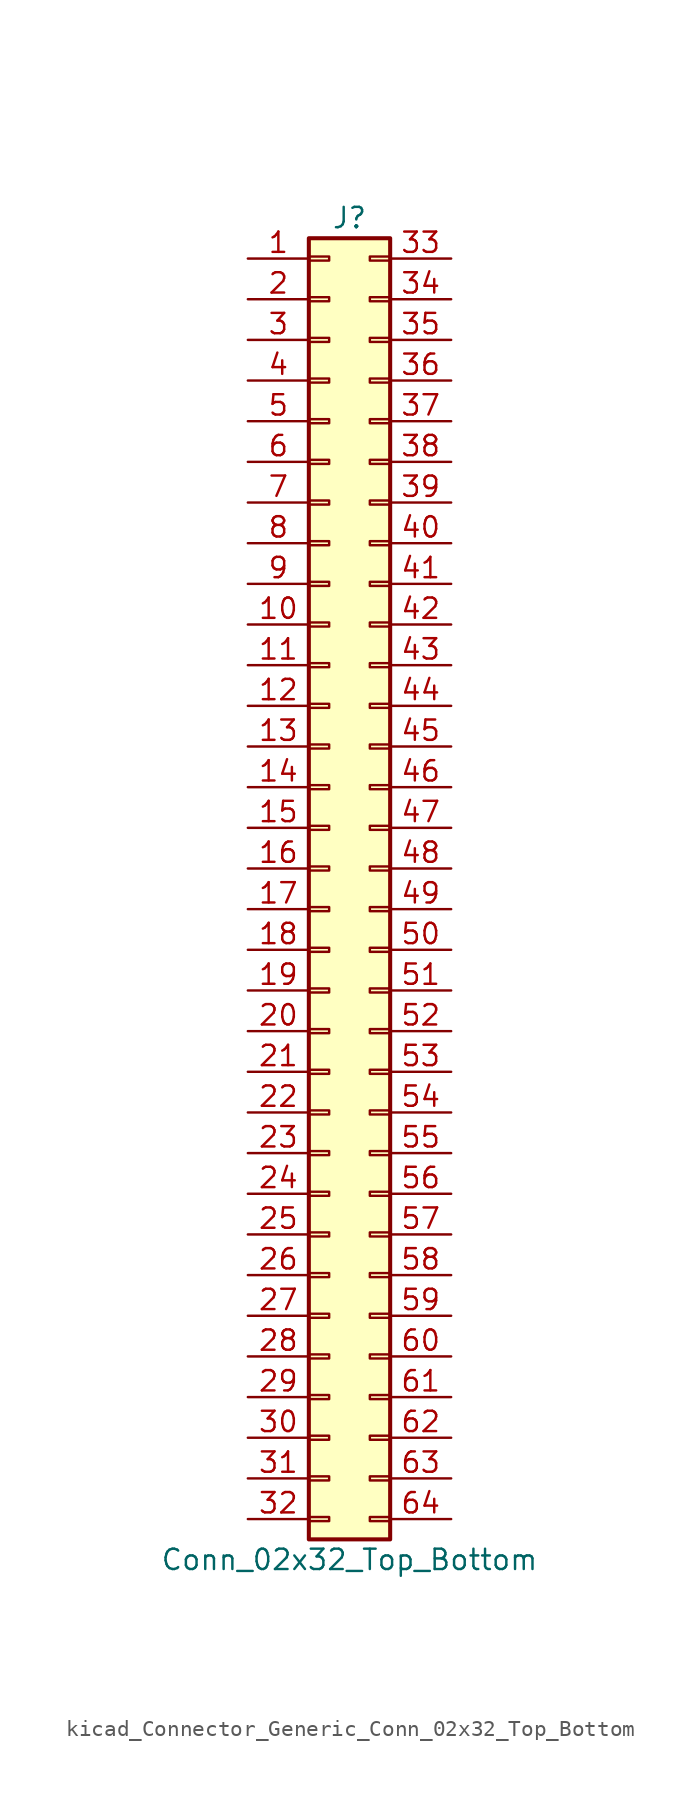
<source format=kicad_sym>
(kicad_symbol_lib
  (version 20220914)
  (generator kicad_symbol_editor)
  (symbol "kicad_Connector_Generic_Conn_02x32_Top_Bottom"
    (pin_names
      (offset 1.016) hide)
    (property "Reference" "J"
      (at 1.27 40.64 0)
      (effects (font (size 1.27 1.27))))
    (property "Value" "Conn_02x32_Top_Bottom"
      (at 1.27 -43.18 0)
      (effects (font (size 1.27 1.27))))
    (symbol "kicad_Connector_Generic_Conn_02x32_Top_Bottom_1_1"
      (rectangle (start -1.27 -40.513) (end 0 -40.767) (stroke (width 0.152) (type default)) (fill (type none)))
      (rectangle (start -1.27 -37.973) (end 0 -38.227) (stroke (width 0.152) (type default)) (fill (type none)))
      (rectangle (start -1.27 -35.433) (end 0 -35.687) (stroke (width 0.152) (type default)) (fill (type none)))
      (rectangle (start -1.27 -32.893) (end 0 -33.147) (stroke (width 0.152) (type default)) (fill (type none)))
      (rectangle (start -1.27 -30.353) (end 0 -30.607) (stroke (width 0.152) (type default)) (fill (type none)))
      (rectangle (start -1.27 -27.813) (end 0 -28.067) (stroke (width 0.152) (type default)) (fill (type none)))
      (rectangle (start -1.27 -25.273) (end 0 -25.527) (stroke (width 0.152) (type default)) (fill (type none)))
      (rectangle (start -1.27 -22.733) (end 0 -22.987) (stroke (width 0.152) (type default)) (fill (type none)))
      (rectangle (start -1.27 -20.193) (end 0 -20.447) (stroke (width 0.152) (type default)) (fill (type none)))
      (rectangle (start -1.27 -17.653) (end 0 -17.907) (stroke (width 0.152) (type default)) (fill (type none)))
      (rectangle (start -1.27 -15.113) (end 0 -15.367) (stroke (width 0.152) (type default)) (fill (type none)))
      (rectangle (start -1.27 -12.573) (end 0 -12.827) (stroke (width 0.152) (type default)) (fill (type none)))
      (rectangle (start -1.27 -10.033) (end 0 -10.287) (stroke (width 0.152) (type default)) (fill (type none)))
      (rectangle (start -1.27 -7.493) (end 0 -7.747) (stroke (width 0.152) (type default)) (fill (type none)))
      (rectangle (start -1.27 -4.953) (end 0 -5.207) (stroke (width 0.152) (type default)) (fill (type none)))
      (rectangle (start -1.27 -2.413) (end 0 -2.667) (stroke (width 0.152) (type default)) (fill (type none)))
      (rectangle (start -1.27 0.127) (end 0 -0.127) (stroke (width 0.152) (type default)) (fill (type none)))
      (rectangle (start -1.27 2.667) (end 0 2.413) (stroke (width 0.152) (type default)) (fill (type none)))
      (rectangle (start -1.27 5.207) (end 0 4.953) (stroke (width 0.152) (type default)) (fill (type none)))
      (rectangle (start -1.27 7.747) (end 0 7.493) (stroke (width 0.152) (type default)) (fill (type none)))
      (rectangle (start -1.27 10.287) (end 0 10.033) (stroke (width 0.152) (type default)) (fill (type none)))
      (rectangle (start -1.27 12.827) (end 0 12.573) (stroke (width 0.152) (type default)) (fill (type none)))
      (rectangle (start -1.27 15.367) (end 0 15.113) (stroke (width 0.152) (type default)) (fill (type none)))
      (rectangle (start -1.27 17.907) (end 0 17.653) (stroke (width 0.152) (type default)) (fill (type none)))
      (rectangle (start -1.27 20.447) (end 0 20.193) (stroke (width 0.152) (type default)) (fill (type none)))
      (rectangle (start -1.27 22.987) (end 0 22.733) (stroke (width 0.152) (type default)) (fill (type none)))
      (rectangle (start -1.27 25.527) (end 0 25.273) (stroke (width 0.152) (type default)) (fill (type none)))
      (rectangle (start -1.27 28.067) (end 0 27.813) (stroke (width 0.152) (type default)) (fill (type none)))
      (rectangle (start -1.27 30.607) (end 0 30.353) (stroke (width 0.152) (type default)) (fill (type none)))
      (rectangle (start -1.27 33.147) (end 0 32.893) (stroke (width 0.152) (type default)) (fill (type none)))
      (rectangle (start -1.27 35.687) (end 0 35.433) (stroke (width 0.152) (type default)) (fill (type none)))
      (rectangle (start -1.27 38.227) (end 0 37.973) (stroke (width 0.152) (type default)) (fill (type none)))
      (rectangle (start -1.27 39.37) (end 3.81 -41.91) (stroke (width 0.254) (type default)) (fill (type background)))
      (rectangle (start 3.81 -40.513) (end 2.54 -40.767) (stroke (width 0.152) (type default)) (fill (type none)))
      (rectangle (start 3.81 -37.973) (end 2.54 -38.227) (stroke (width 0.152) (type default)) (fill (type none)))
      (rectangle (start 3.81 -35.433) (end 2.54 -35.687) (stroke (width 0.152) (type default)) (fill (type none)))
      (rectangle (start 3.81 -32.893) (end 2.54 -33.147) (stroke (width 0.152) (type default)) (fill (type none)))
      (rectangle (start 3.81 -30.353) (end 2.54 -30.607) (stroke (width 0.152) (type default)) (fill (type none)))
      (rectangle (start 3.81 -27.813) (end 2.54 -28.067) (stroke (width 0.152) (type default)) (fill (type none)))
      (rectangle (start 3.81 -25.273) (end 2.54 -25.527) (stroke (width 0.152) (type default)) (fill (type none)))
      (rectangle (start 3.81 -22.733) (end 2.54 -22.987) (stroke (width 0.152) (type default)) (fill (type none)))
      (rectangle (start 3.81 -20.193) (end 2.54 -20.447) (stroke (width 0.152) (type default)) (fill (type none)))
      (rectangle (start 3.81 -17.653) (end 2.54 -17.907) (stroke (width 0.152) (type default)) (fill (type none)))
      (rectangle (start 3.81 -15.113) (end 2.54 -15.367) (stroke (width 0.152) (type default)) (fill (type none)))
      (rectangle (start 3.81 -12.573) (end 2.54 -12.827) (stroke (width 0.152) (type default)) (fill (type none)))
      (rectangle (start 3.81 -10.033) (end 2.54 -10.287) (stroke (width 0.152) (type default)) (fill (type none)))
      (rectangle (start 3.81 -7.493) (end 2.54 -7.747) (stroke (width 0.152) (type default)) (fill (type none)))
      (rectangle (start 3.81 -4.953) (end 2.54 -5.207) (stroke (width 0.152) (type default)) (fill (type none)))
      (rectangle (start 3.81 -2.413) (end 2.54 -2.667) (stroke (width 0.152) (type default)) (fill (type none)))
      (rectangle (start 3.81 0.127) (end 2.54 -0.127) (stroke (width 0.152) (type default)) (fill (type none)))
      (rectangle (start 3.81 2.667) (end 2.54 2.413) (stroke (width 0.152) (type default)) (fill (type none)))
      (rectangle (start 3.81 5.207) (end 2.54 4.953) (stroke (width 0.152) (type default)) (fill (type none)))
      (rectangle (start 3.81 7.747) (end 2.54 7.493) (stroke (width 0.152) (type default)) (fill (type none)))
      (rectangle (start 3.81 10.287) (end 2.54 10.033) (stroke (width 0.152) (type default)) (fill (type none)))
      (rectangle (start 3.81 12.827) (end 2.54 12.573) (stroke (width 0.152) (type default)) (fill (type none)))
      (rectangle (start 3.81 15.367) (end 2.54 15.113) (stroke (width 0.152) (type default)) (fill (type none)))
      (rectangle (start 3.81 17.907) (end 2.54 17.653) (stroke (width 0.152) (type default)) (fill (type none)))
      (rectangle (start 3.81 20.447) (end 2.54 20.193) (stroke (width 0.152) (type default)) (fill (type none)))
      (rectangle (start 3.81 22.987) (end 2.54 22.733) (stroke (width 0.152) (type default)) (fill (type none)))
      (rectangle (start 3.81 25.527) (end 2.54 25.273) (stroke (width 0.152) (type default)) (fill (type none)))
      (rectangle (start 3.81 28.067) (end 2.54 27.813) (stroke (width 0.152) (type default)) (fill (type none)))
      (rectangle (start 3.81 30.607) (end 2.54 30.353) (stroke (width 0.152) (type default)) (fill (type none)))
      (rectangle (start 3.81 33.147) (end 2.54 32.893) (stroke (width 0.152) (type default)) (fill (type none)))
      (rectangle (start 3.81 35.687) (end 2.54 35.433) (stroke (width 0.152) (type default)) (fill (type none)))
      (rectangle (start 3.81 38.227) (end 2.54 37.973) (stroke (width 0.152) (type default)) (fill (type none)))
      (pin passive line (at -5.08 38.1 0) (length 3.81) (name "Pin_1" (effects (font (size 1.27 1.27)))) (number "1" (effects (font (size 1.27 1.27)))))
      (pin passive line (at -5.08 15.24 0) (length 3.81) (name "Pin_10" (effects (font (size 1.27 1.27)))) (number "10" (effects (font (size 1.27 1.27)))))
      (pin passive line (at -5.08 12.7 0) (length 3.81) (name "Pin_11" (effects (font (size 1.27 1.27)))) (number "11" (effects (font (size 1.27 1.27)))))
      (pin passive line (at -5.08 10.16 0) (length 3.81) (name "Pin_12" (effects (font (size 1.27 1.27)))) (number "12" (effects (font (size 1.27 1.27)))))
      (pin passive line (at -5.08 7.62 0) (length 3.81) (name "Pin_13" (effects (font (size 1.27 1.27)))) (number "13" (effects (font (size 1.27 1.27)))))
      (pin passive line (at -5.08 5.08 0) (length 3.81) (name "Pin_14" (effects (font (size 1.27 1.27)))) (number "14" (effects (font (size 1.27 1.27)))))
      (pin passive line (at -5.08 2.54 0) (length 3.81) (name "Pin_15" (effects (font (size 1.27 1.27)))) (number "15" (effects (font (size 1.27 1.27)))))
      (pin passive line (at -5.08 0 0) (length 3.81) (name "Pin_16" (effects (font (size 1.27 1.27)))) (number "16" (effects (font (size 1.27 1.27)))))
      (pin passive line (at -5.08 -2.54 0) (length 3.81) (name "Pin_17" (effects (font (size 1.27 1.27)))) (number "17" (effects (font (size 1.27 1.27)))))
      (pin passive line (at -5.08 -5.08 0) (length 3.81) (name "Pin_18" (effects (font (size 1.27 1.27)))) (number "18" (effects (font (size 1.27 1.27)))))
      (pin passive line (at -5.08 -7.62 0) (length 3.81) (name "Pin_19" (effects (font (size 1.27 1.27)))) (number "19" (effects (font (size 1.27 1.27)))))
      (pin passive line (at -5.08 35.56 0) (length 3.81) (name "Pin_2" (effects (font (size 1.27 1.27)))) (number "2" (effects (font (size 1.27 1.27)))))
      (pin passive line (at -5.08 -10.16 0) (length 3.81) (name "Pin_20" (effects (font (size 1.27 1.27)))) (number "20" (effects (font (size 1.27 1.27)))))
      (pin passive line (at -5.08 -12.7 0) (length 3.81) (name "Pin_21" (effects (font (size 1.27 1.27)))) (number "21" (effects (font (size 1.27 1.27)))))
      (pin passive line (at -5.08 -15.24 0) (length 3.81) (name "Pin_22" (effects (font (size 1.27 1.27)))) (number "22" (effects (font (size 1.27 1.27)))))
      (pin passive line (at -5.08 -17.78 0) (length 3.81) (name "Pin_23" (effects (font (size 1.27 1.27)))) (number "23" (effects (font (size 1.27 1.27)))))
      (pin passive line (at -5.08 -20.32 0) (length 3.81) (name "Pin_24" (effects (font (size 1.27 1.27)))) (number "24" (effects (font (size 1.27 1.27)))))
      (pin passive line (at -5.08 -22.86 0) (length 3.81) (name "Pin_25" (effects (font (size 1.27 1.27)))) (number "25" (effects (font (size 1.27 1.27)))))
      (pin passive line (at -5.08 -25.4 0) (length 3.81) (name "Pin_26" (effects (font (size 1.27 1.27)))) (number "26" (effects (font (size 1.27 1.27)))))
      (pin passive line (at -5.08 -27.94 0) (length 3.81) (name "Pin_27" (effects (font (size 1.27 1.27)))) (number "27" (effects (font (size 1.27 1.27)))))
      (pin passive line (at -5.08 -30.48 0) (length 3.81) (name "Pin_28" (effects (font (size 1.27 1.27)))) (number "28" (effects (font (size 1.27 1.27)))))
      (pin passive line (at -5.08 -33.02 0) (length 3.81) (name "Pin_29" (effects (font (size 1.27 1.27)))) (number "29" (effects (font (size 1.27 1.27)))))
      (pin passive line (at -5.08 33.02 0) (length 3.81) (name "Pin_3" (effects (font (size 1.27 1.27)))) (number "3" (effects (font (size 1.27 1.27)))))
      (pin passive line (at -5.08 -35.56 0) (length 3.81) (name "Pin_30" (effects (font (size 1.27 1.27)))) (number "30" (effects (font (size 1.27 1.27)))))
      (pin passive line (at -5.08 -38.1 0) (length 3.81) (name "Pin_31" (effects (font (size 1.27 1.27)))) (number "31" (effects (font (size 1.27 1.27)))))
      (pin passive line (at -5.08 -40.64 0) (length 3.81) (name "Pin_32" (effects (font (size 1.27 1.27)))) (number "32" (effects (font (size 1.27 1.27)))))
      (pin passive line (at 7.62 38.1 180) (length 3.81) (name "Pin_33" (effects (font (size 1.27 1.27)))) (number "33" (effects (font (size 1.27 1.27)))))
      (pin passive line (at 7.62 35.56 180) (length 3.81) (name "Pin_34" (effects (font (size 1.27 1.27)))) (number "34" (effects (font (size 1.27 1.27)))))
      (pin passive line (at 7.62 33.02 180) (length 3.81) (name "Pin_35" (effects (font (size 1.27 1.27)))) (number "35" (effects (font (size 1.27 1.27)))))
      (pin passive line (at 7.62 30.48 180) (length 3.81) (name "Pin_36" (effects (font (size 1.27 1.27)))) (number "36" (effects (font (size 1.27 1.27)))))
      (pin passive line (at 7.62 27.94 180) (length 3.81) (name "Pin_37" (effects (font (size 1.27 1.27)))) (number "37" (effects (font (size 1.27 1.27)))))
      (pin passive line (at 7.62 25.4 180) (length 3.81) (name "Pin_38" (effects (font (size 1.27 1.27)))) (number "38" (effects (font (size 1.27 1.27)))))
      (pin passive line (at 7.62 22.86 180) (length 3.81) (name "Pin_39" (effects (font (size 1.27 1.27)))) (number "39" (effects (font (size 1.27 1.27)))))
      (pin passive line (at -5.08 30.48 0) (length 3.81) (name "Pin_4" (effects (font (size 1.27 1.27)))) (number "4" (effects (font (size 1.27 1.27)))))
      (pin passive line (at 7.62 20.32 180) (length 3.81) (name "Pin_40" (effects (font (size 1.27 1.27)))) (number "40" (effects (font (size 1.27 1.27)))))
      (pin passive line (at 7.62 17.78 180) (length 3.81) (name "Pin_41" (effects (font (size 1.27 1.27)))) (number "41" (effects (font (size 1.27 1.27)))))
      (pin passive line (at 7.62 15.24 180) (length 3.81) (name "Pin_42" (effects (font (size 1.27 1.27)))) (number "42" (effects (font (size 1.27 1.27)))))
      (pin passive line (at 7.62 12.7 180) (length 3.81) (name "Pin_43" (effects (font (size 1.27 1.27)))) (number "43" (effects (font (size 1.27 1.27)))))
      (pin passive line (at 7.62 10.16 180) (length 3.81) (name "Pin_44" (effects (font (size 1.27 1.27)))) (number "44" (effects (font (size 1.27 1.27)))))
      (pin passive line (at 7.62 7.62 180) (length 3.81) (name "Pin_45" (effects (font (size 1.27 1.27)))) (number "45" (effects (font (size 1.27 1.27)))))
      (pin passive line (at 7.62 5.08 180) (length 3.81) (name "Pin_46" (effects (font (size 1.27 1.27)))) (number "46" (effects (font (size 1.27 1.27)))))
      (pin passive line (at 7.62 2.54 180) (length 3.81) (name "Pin_47" (effects (font (size 1.27 1.27)))) (number "47" (effects (font (size 1.27 1.27)))))
      (pin passive line (at 7.62 0 180) (length 3.81) (name "Pin_48" (effects (font (size 1.27 1.27)))) (number "48" (effects (font (size 1.27 1.27)))))
      (pin passive line (at 7.62 -2.54 180) (length 3.81) (name "Pin_49" (effects (font (size 1.27 1.27)))) (number "49" (effects (font (size 1.27 1.27)))))
      (pin passive line (at -5.08 27.94 0) (length 3.81) (name "Pin_5" (effects (font (size 1.27 1.27)))) (number "5" (effects (font (size 1.27 1.27)))))
      (pin passive line (at 7.62 -5.08 180) (length 3.81) (name "Pin_50" (effects (font (size 1.27 1.27)))) (number "50" (effects (font (size 1.27 1.27)))))
      (pin passive line (at 7.62 -7.62 180) (length 3.81) (name "Pin_51" (effects (font (size 1.27 1.27)))) (number "51" (effects (font (size 1.27 1.27)))))
      (pin passive line (at 7.62 -10.16 180) (length 3.81) (name "Pin_52" (effects (font (size 1.27 1.27)))) (number "52" (effects (font (size 1.27 1.27)))))
      (pin passive line (at 7.62 -12.7 180) (length 3.81) (name "Pin_53" (effects (font (size 1.27 1.27)))) (number "53" (effects (font (size 1.27 1.27)))))
      (pin passive line (at 7.62 -15.24 180) (length 3.81) (name "Pin_54" (effects (font (size 1.27 1.27)))) (number "54" (effects (font (size 1.27 1.27)))))
      (pin passive line (at 7.62 -17.78 180) (length 3.81) (name "Pin_55" (effects (font (size 1.27 1.27)))) (number "55" (effects (font (size 1.27 1.27)))))
      (pin passive line (at 7.62 -20.32 180) (length 3.81) (name "Pin_56" (effects (font (size 1.27 1.27)))) (number "56" (effects (font (size 1.27 1.27)))))
      (pin passive line (at 7.62 -22.86 180) (length 3.81) (name "Pin_57" (effects (font (size 1.27 1.27)))) (number "57" (effects (font (size 1.27 1.27)))))
      (pin passive line (at 7.62 -25.4 180) (length 3.81) (name "Pin_58" (effects (font (size 1.27 1.27)))) (number "58" (effects (font (size 1.27 1.27)))))
      (pin passive line (at 7.62 -27.94 180) (length 3.81) (name "Pin_59" (effects (font (size 1.27 1.27)))) (number "59" (effects (font (size 1.27 1.27)))))
      (pin passive line (at -5.08 25.4 0) (length 3.81) (name "Pin_6" (effects (font (size 1.27 1.27)))) (number "6" (effects (font (size 1.27 1.27)))))
      (pin passive line (at 7.62 -30.48 180) (length 3.81) (name "Pin_60" (effects (font (size 1.27 1.27)))) (number "60" (effects (font (size 1.27 1.27)))))
      (pin passive line (at 7.62 -33.02 180) (length 3.81) (name "Pin_61" (effects (font (size 1.27 1.27)))) (number "61" (effects (font (size 1.27 1.27)))))
      (pin passive line (at 7.62 -35.56 180) (length 3.81) (name "Pin_62" (effects (font (size 1.27 1.27)))) (number "62" (effects (font (size 1.27 1.27)))))
      (pin passive line (at 7.62 -38.1 180) (length 3.81) (name "Pin_63" (effects (font (size 1.27 1.27)))) (number "63" (effects (font (size 1.27 1.27)))))
      (pin passive line (at 7.62 -40.64 180) (length 3.81) (name "Pin_64" (effects (font (size 1.27 1.27)))) (number "64" (effects (font (size 1.27 1.27)))))
      (pin passive line (at -5.08 22.86 0) (length 3.81) (name "Pin_7" (effects (font (size 1.27 1.27)))) (number "7" (effects (font (size 1.27 1.27)))))
      (pin passive line (at -5.08 20.32 0) (length 3.81) (name "Pin_8" (effects (font (size 1.27 1.27)))) (number "8" (effects (font (size 1.27 1.27)))))
      (pin passive line (at -5.08 17.78 0) (length 3.81) (name "Pin_9" (effects (font (size 1.27 1.27)))) (number "9" (effects (font (size 1.27 1.27))))))))
</source>
